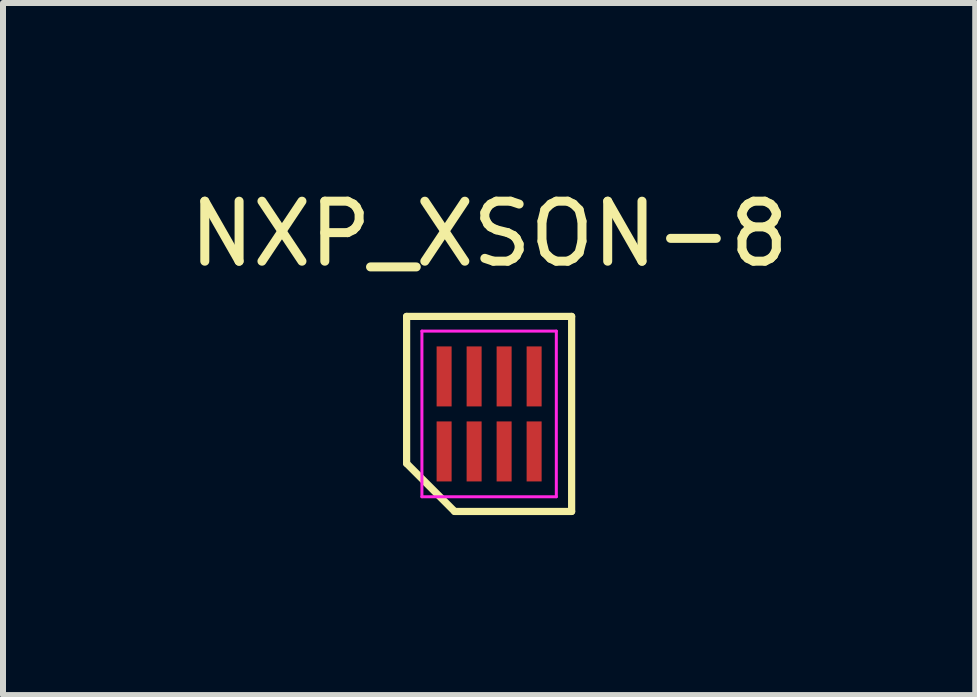
<source format=kicad_pcb>
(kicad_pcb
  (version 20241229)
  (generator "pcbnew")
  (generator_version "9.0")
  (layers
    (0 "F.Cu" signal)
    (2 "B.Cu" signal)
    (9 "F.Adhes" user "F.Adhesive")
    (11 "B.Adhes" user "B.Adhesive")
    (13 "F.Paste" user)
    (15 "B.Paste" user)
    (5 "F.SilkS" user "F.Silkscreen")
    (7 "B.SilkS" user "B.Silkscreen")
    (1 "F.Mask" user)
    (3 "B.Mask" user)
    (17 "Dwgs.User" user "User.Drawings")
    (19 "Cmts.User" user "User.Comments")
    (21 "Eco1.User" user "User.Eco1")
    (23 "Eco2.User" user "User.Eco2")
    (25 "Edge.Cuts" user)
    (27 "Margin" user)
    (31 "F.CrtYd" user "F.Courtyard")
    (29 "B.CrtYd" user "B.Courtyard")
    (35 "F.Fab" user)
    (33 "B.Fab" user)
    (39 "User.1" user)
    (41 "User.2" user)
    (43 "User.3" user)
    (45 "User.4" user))
  (footprint "NXP_XSON-8"
    (layer "F.Cu")
    (at 5.101 3.848)
    (property "Reference" "NXP_XSON-8" (at 0 -3 180) (layer "F.SilkS") (effects (font (size 1 1) (thickness 0.15))))
    (attr through_hole)
    (fp_line (start -1.375 -1.625) (end 1.375 -1.625) (stroke (width 0.12) (type solid)) (layer "F.SilkS"))
    (fp_line (start -1.375 0.825) (end -1.375 -1.625) (stroke (width 0.12) (type solid)) (layer "F.SilkS"))
    (fp_line (start -0.575 1.625) (end -1.375 0.825) (stroke (width 0.12) (type solid)) (layer "F.SilkS"))
    (fp_line (start 1.375 -1.625) (end 1.375 1.625) (stroke (width 0.12) (type solid)) (layer "F.SilkS"))
    (fp_line (start 1.375 1.625) (end -0.575 1.625) (stroke (width 0.12) (type solid)) (layer "F.SilkS"))
    (fp_line (start -1.12 -1.38) (end 1.12 -1.38) (stroke (width 0.05) (type solid)) (layer "F.CrtYd"))
    (fp_line (start -1.12 1.38) (end -1.12 -1.38) (stroke (width 0.05) (type solid)) (layer "F.CrtYd"))
    (fp_line (start 1.12 -1.38) (end 1.12 1.38) (stroke (width 0.05) (type solid)) (layer "F.CrtYd"))
    (fp_line (start 1.12 1.38) (end -1.12 1.38) (stroke (width 0.05) (type solid)) (layer "F.CrtYd"))
    (pad "1" smd rect (at -0.75 0.625) (size 0.25 1) (layers "F.Cu" "F.Mask" "F.Paste"))
    (pad "2" smd rect (at -0.25 0.625) (size 0.25 1) (layers "F.Cu" "F.Mask" "F.Paste"))
    (pad "3" smd rect (at 0.25 0.625) (size 0.25 1) (layers "F.Cu" "F.Mask" "F.Paste"))
    (pad "4" smd rect (at 0.75 0.625) (size 0.25 1) (layers "F.Cu" "F.Mask" "F.Paste"))
    (pad "5" smd rect (at 0.75 -0.625) (size 0.25 1) (layers "F.Cu" "F.Mask" "F.Paste"))
    (pad "6" smd rect (at 0.25 -0.625) (size 0.25 1) (layers "F.Cu" "F.Mask" "F.Paste"))
    (pad "7" smd rect (at -0.25 -0.625) (size 0.25 1) (layers "F.Cu" "F.Mask" "F.Paste"))
    (pad "8" smd rect (at -0.75 -0.625) (size 0.25 1) (layers "F.Cu" "F.Mask" "F.Paste")))
  (gr_rect
    (start -3 -3)
    (end 13.202 8.533)
    (stroke (width 0.1) (type default))
    (fill no)
    (layer "Edge.Cuts")))
</source>
